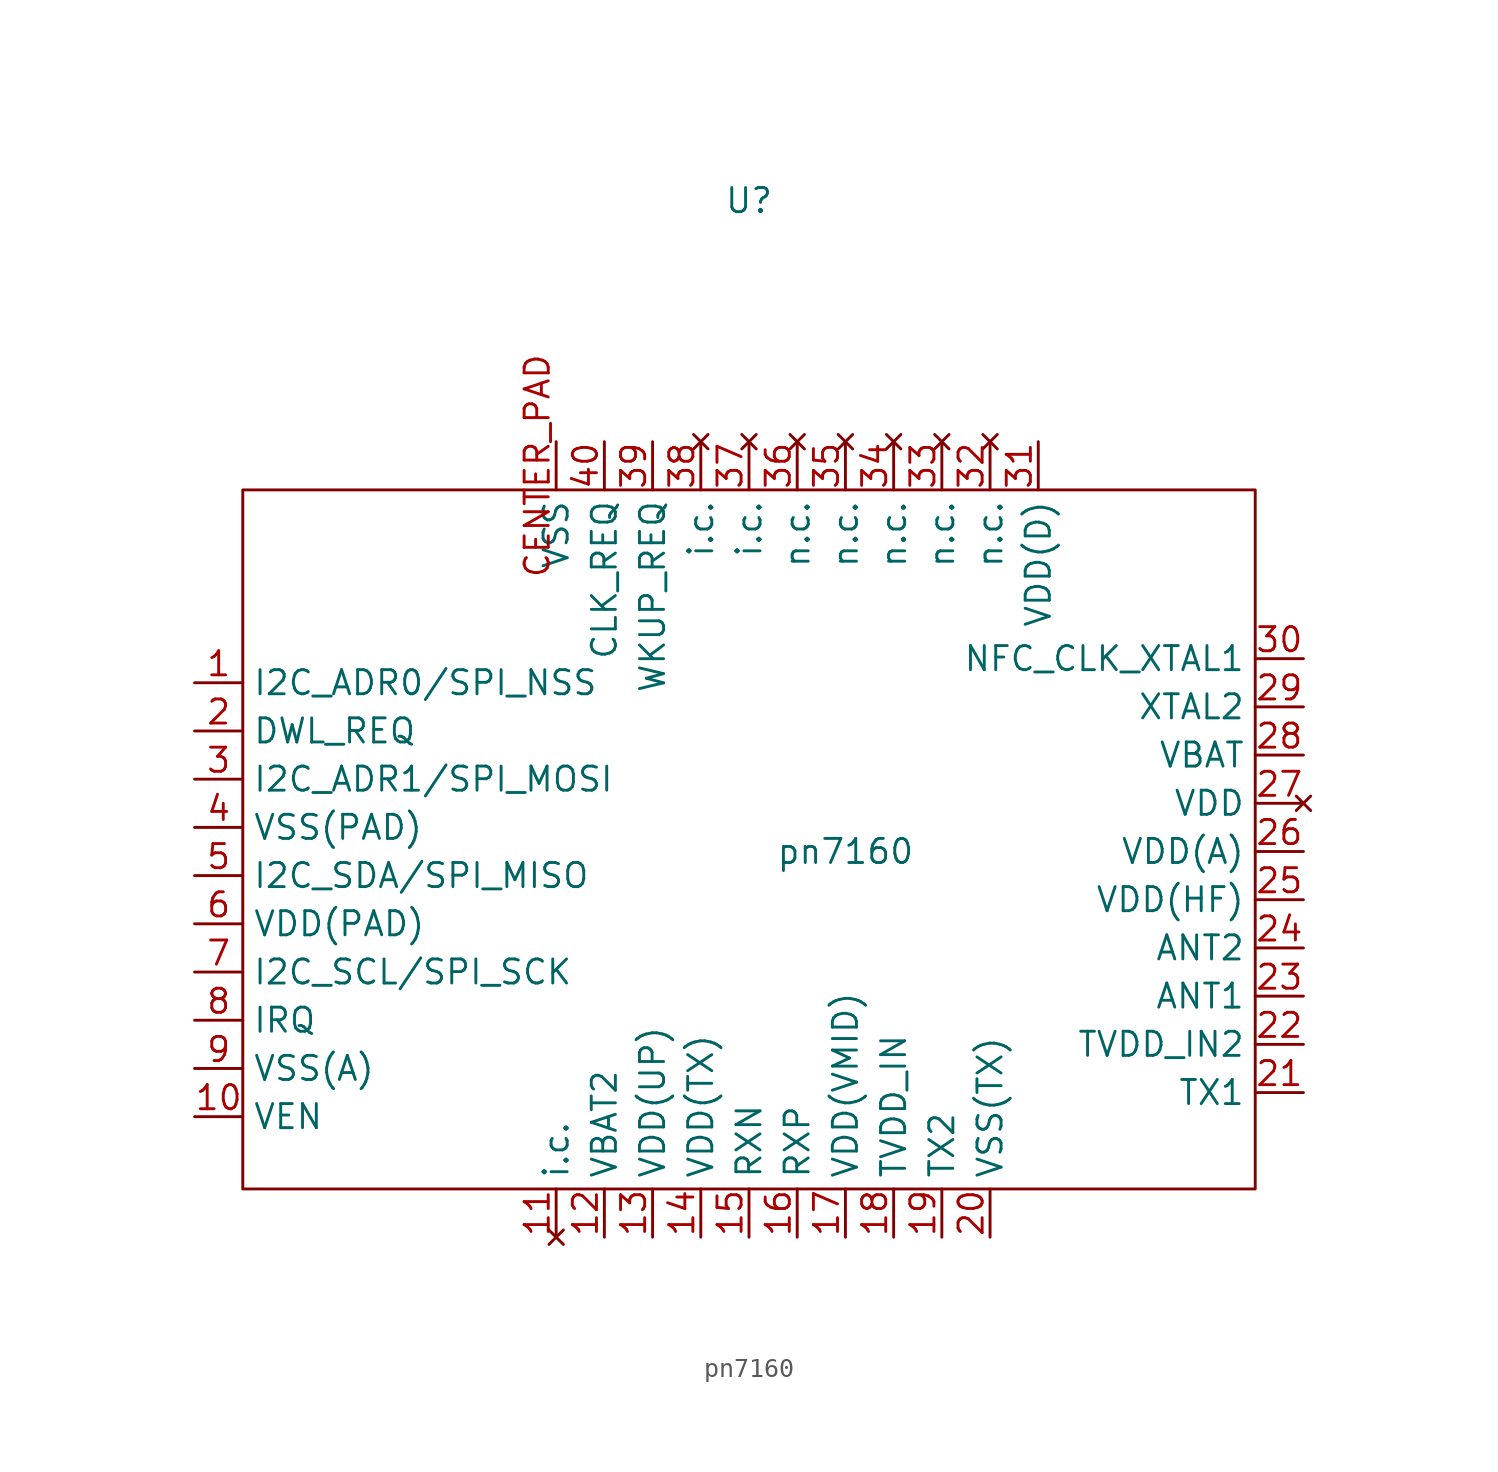
<source format=kicad_sym>
(kicad_symbol_lib
  (version 20211014)
  (generator kicad_symbol_editor)
  (symbol "pn7160"
    (property "Reference" "U"
      (at 21.59 24.13 0)
      (effects (font (size 1.27 1.27))))
    (property "Value" "pn7160"
      (at 26.67 -10.16 0)
      (effects (font (size 1.27 1.27))))
    (symbol "pn7160_0_1"
      (rectangle (start -5.08 8.89) (end 48.26 -27.94) (stroke (width 0) (type default) (color 0 0 0 0)) (fill (type none))))
    (symbol "pn7160_1_1"
      (pin bidirectional line (at -7.62 -1.27 0) (length 2.54) (name "I2C_ADR0/SPI_NSS" (effects (font (size 1.27 1.27)))) (number "1" (effects (font (size 1.27 1.27)))))
      (pin input line (at -7.62 -24.13 0) (length 2.54) (name "VEN" (effects (font (size 1.27 1.27)))) (number "10" (effects (font (size 1.27 1.27)))))
      (pin no_connect line (at 11.43 -30.48 90) (length 2.54) (name "i.c." (effects (font (size 1.27 1.27)))) (number "11" (effects (font (size 1.27 1.27)))))
      (pin power_in line (at 13.97 -30.48 90) (length 2.54) (name "VBAT2" (effects (font (size 1.27 1.27)))) (number "12" (effects (font (size 1.27 1.27)))))
      (pin power_in line (at 16.51 -30.48 90) (length 2.54) (name "VDD(UP)" (effects (font (size 1.27 1.27)))) (number "13" (effects (font (size 1.27 1.27)))))
      (pin power_in line (at 19.05 -30.48 90) (length 2.54) (name "VDD(TX)" (effects (font (size 1.27 1.27)))) (number "14" (effects (font (size 1.27 1.27)))))
      (pin input line (at 21.59 -30.48 90) (length 2.54) (name "RXN" (effects (font (size 1.27 1.27)))) (number "15" (effects (font (size 1.27 1.27)))))
      (pin input line (at 24.13 -30.48 90) (length 2.54) (name "RXP" (effects (font (size 1.27 1.27)))) (number "16" (effects (font (size 1.27 1.27)))))
      (pin power_in line (at 26.67 -30.48 90) (length 2.54) (name "VDD(VMID)" (effects (font (size 1.27 1.27)))) (number "17" (effects (font (size 1.27 1.27)))))
      (pin power_in line (at 29.21 -30.48 90) (length 2.54) (name "TVDD_IN" (effects (font (size 1.27 1.27)))) (number "18" (effects (font (size 1.27 1.27)))))
      (pin output line (at 31.75 -30.48 90) (length 2.54) (name "TX2" (effects (font (size 1.27 1.27)))) (number "19" (effects (font (size 1.27 1.27)))))
      (pin input line (at -7.62 -3.81 0) (length 2.54) (name "DWL_REQ" (effects (font (size 1.27 1.27)))) (number "2" (effects (font (size 1.27 1.27)))))
      (pin power_in line (at 34.29 -30.48 90) (length 2.54) (name "VSS(TX)" (effects (font (size 1.27 1.27)))) (number "20" (effects (font (size 1.27 1.27)))))
      (pin output line (at 50.8 -22.86 180) (length 2.54) (name "TX1" (effects (font (size 1.27 1.27)))) (number "21" (effects (font (size 1.27 1.27)))))
      (pin power_in line (at 50.8 -20.32 180) (length 2.54) (name "TVDD_IN2" (effects (font (size 1.27 1.27)))) (number "22" (effects (font (size 1.27 1.27)))))
      (pin power_in line (at 50.8 -17.78 180) (length 2.54) (name "ANT1" (effects (font (size 1.27 1.27)))) (number "23" (effects (font (size 1.27 1.27)))))
      (pin power_in line (at 50.8 -15.24 180) (length 2.54) (name "ANT2" (effects (font (size 1.27 1.27)))) (number "24" (effects (font (size 1.27 1.27)))))
      (pin power_in line (at 50.8 -12.7 180) (length 2.54) (name "VDD(HF)" (effects (font (size 1.27 1.27)))) (number "25" (effects (font (size 1.27 1.27)))))
      (pin power_in line (at 50.8 -10.16 180) (length 2.54) (name "VDD(A)" (effects (font (size 1.27 1.27)))) (number "26" (effects (font (size 1.27 1.27)))))
      (pin no_connect line (at 50.8 -7.62 180) (length 2.54) (name "VDD" (effects (font (size 1.27 1.27)))) (number "27" (effects (font (size 1.27 1.27)))))
      (pin power_in line (at 50.8 -5.08 180) (length 2.54) (name "VBAT" (effects (font (size 1.27 1.27)))) (number "28" (effects (font (size 1.27 1.27)))))
      (pin output line (at 50.8 -2.54 180) (length 2.54) (name "XTAL2" (effects (font (size 1.27 1.27)))) (number "29" (effects (font (size 1.27 1.27)))))
      (pin bidirectional line (at -7.62 -6.35 0) (length 2.54) (name "I2C_ADR1/SPI_MOSI" (effects (font (size 1.27 1.27)))) (number "3" (effects (font (size 1.27 1.27)))))
      (pin input line (at 50.8 0 180) (length 2.54) (name "NFC_CLK_XTAL1" (effects (font (size 1.27 1.27)))) (number "30" (effects (font (size 1.27 1.27)))))
      (pin power_in line (at 36.83 11.43 270) (length 2.54) (name "VDD(D)" (effects (font (size 1.27 1.27)))) (number "31" (effects (font (size 1.27 1.27)))))
      (pin no_connect line (at 34.29 11.43 270) (length 2.54) (name "n.c." (effects (font (size 1.27 1.27)))) (number "32" (effects (font (size 1.27 1.27)))))
      (pin no_connect line (at 31.75 11.43 270) (length 2.54) (name "n.c." (effects (font (size 1.27 1.27)))) (number "33" (effects (font (size 1.27 1.27)))))
      (pin no_connect line (at 29.21 11.43 270) (length 2.54) (name "n.c." (effects (font (size 1.27 1.27)))) (number "34" (effects (font (size 1.27 1.27)))))
      (pin no_connect line (at 26.67 11.43 270) (length 2.54) (name "n.c." (effects (font (size 1.27 1.27)))) (number "35" (effects (font (size 1.27 1.27)))))
      (pin no_connect line (at 24.13 11.43 270) (length 2.54) (name "n.c." (effects (font (size 1.27 1.27)))) (number "36" (effects (font (size 1.27 1.27)))))
      (pin no_connect line (at 21.59 11.43 270) (length 2.54) (name "i.c." (effects (font (size 1.27 1.27)))) (number "37" (effects (font (size 1.27 1.27)))))
      (pin no_connect line (at 19.05 11.43 270) (length 2.54) (name "i.c." (effects (font (size 1.27 1.27)))) (number "38" (effects (font (size 1.27 1.27)))))
      (pin input line (at 16.51 11.43 270) (length 2.54) (name "WKUP_REQ" (effects (font (size 1.27 1.27)))) (number "39" (effects (font (size 1.27 1.27)))))
      (pin power_in line (at -7.62 -8.89 0) (length 2.54) (name "VSS(PAD)" (effects (font (size 1.27 1.27)))) (number "4" (effects (font (size 1.27 1.27)))))
      (pin output line (at 13.97 11.43 270) (length 2.54) (name "CLK_REQ" (effects (font (size 1.27 1.27)))) (number "40" (effects (font (size 1.27 1.27)))))
      (pin bidirectional line (at -7.62 -11.43 0) (length 2.54) (name "I2C_SDA/SPI_MISO" (effects (font (size 1.27 1.27)))) (number "5" (effects (font (size 1.27 1.27)))))
      (pin power_in line (at -7.62 -13.97 0) (length 2.54) (name "VDD(PAD)" (effects (font (size 1.27 1.27)))) (number "6" (effects (font (size 1.27 1.27)))))
      (pin power_in line (at -7.62 -16.51 0) (length 2.54) (name "I2C_SCL/SPI_SCK" (effects (font (size 1.27 1.27)))) (number "7" (effects (font (size 1.27 1.27)))))
      (pin output line (at -7.62 -19.05 0) (length 2.54) (name "IRQ" (effects (font (size 1.27 1.27)))) (number "8" (effects (font (size 1.27 1.27)))))
      (pin power_in line (at -7.62 -21.59 0) (length 2.54) (name "VSS(A)" (effects (font (size 1.27 1.27)))) (number "9" (effects (font (size 1.27 1.27)))))
      (pin power_in line (at 11.43 11.43 270) (length 2.54) (name "VSS" (effects (font (size 1.27 1.27)))) (number "CENTER_PAD" (effects (font (size 1.27 1.27))))))))
</source>
